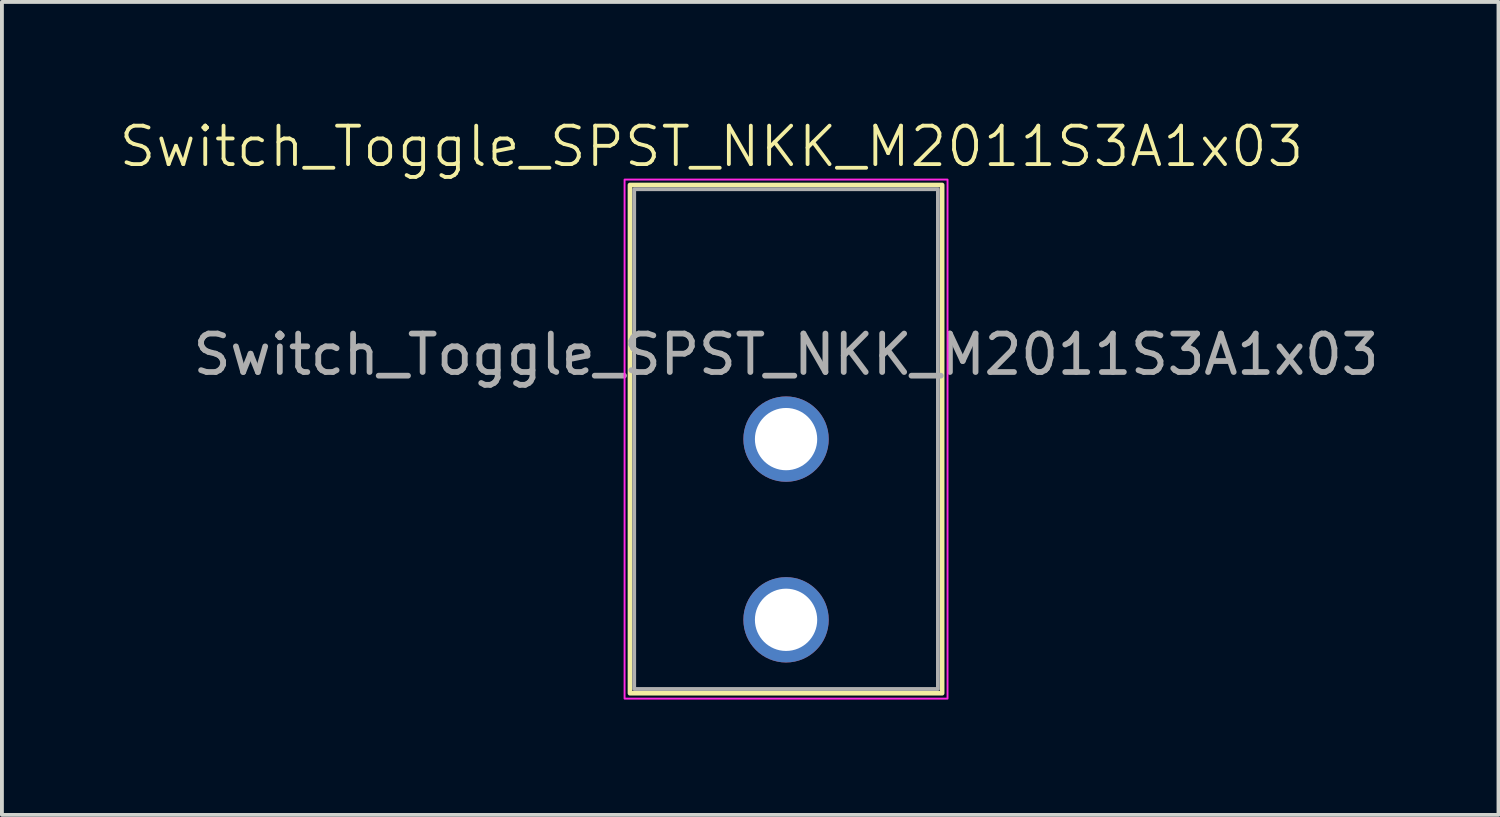
<source format=kicad_pcb>
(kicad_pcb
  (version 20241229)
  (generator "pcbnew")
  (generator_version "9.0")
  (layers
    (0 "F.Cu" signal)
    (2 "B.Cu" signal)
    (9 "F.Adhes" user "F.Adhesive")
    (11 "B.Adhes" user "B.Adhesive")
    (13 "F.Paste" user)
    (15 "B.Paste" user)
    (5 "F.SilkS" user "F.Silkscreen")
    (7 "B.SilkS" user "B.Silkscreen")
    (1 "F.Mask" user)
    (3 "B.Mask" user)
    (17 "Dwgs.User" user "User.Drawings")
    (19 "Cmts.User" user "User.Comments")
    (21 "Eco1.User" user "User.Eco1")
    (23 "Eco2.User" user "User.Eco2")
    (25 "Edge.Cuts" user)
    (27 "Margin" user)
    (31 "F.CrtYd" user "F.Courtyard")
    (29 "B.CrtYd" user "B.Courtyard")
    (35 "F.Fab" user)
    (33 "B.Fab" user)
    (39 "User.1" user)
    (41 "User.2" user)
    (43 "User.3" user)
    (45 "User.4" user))
  (footprint "Switch_Toggle_SPST_NKK_M2011S3A1x03"
    (layer "F.Cu")
    (at 17.395 3.671)
    (property "Reference" "Switch_Toggle_SPST_NKK_M2011S3A1x03" (at -1.94 -2.91 0) (unlocked yes) (layer "F.SilkS") (effects (font (size 1 1) (thickness 0.1))))
    (attr through_hole)
    (fp_rect (start -4.06 -1.91) (end 4.06 11.31) (stroke (width 0.12) (type default)) (fill no) (layer "F.SilkS"))
    (fp_rect (start -4.2 -2.05) (end 4.2 11.45) (stroke (width 0.05) (type default)) (fill no) (layer "F.CrtYd"))
    (fp_rect (start -3.95 -1.8) (end 3.95 11.2) (stroke (width 0.1) (type default)) (fill no) (layer "F.Fab"))
    (fp_text user "${REFERENCE}" (at 0 2.5 0) (unlocked yes) (layer "F.Fab") (effects (font (size 1 1) (thickness 0.15))))
    (pad "2" thru_hole circle (at 0 4.7) (size 2.22 2.22) (drill 1.62) (layers "*.Cu" "*.Mask"))
    (pad "3" thru_hole circle (at 0 9.4) (size 2.22 2.22) (drill 1.62) (layers "*.Cu" "*.Mask")))
  (gr_rect
    (start -3 -3)
    (end 35.925 18.145)
    (stroke (width 0.1) (type default))
    (fill no)
    (layer "Edge.Cuts")))
</source>
